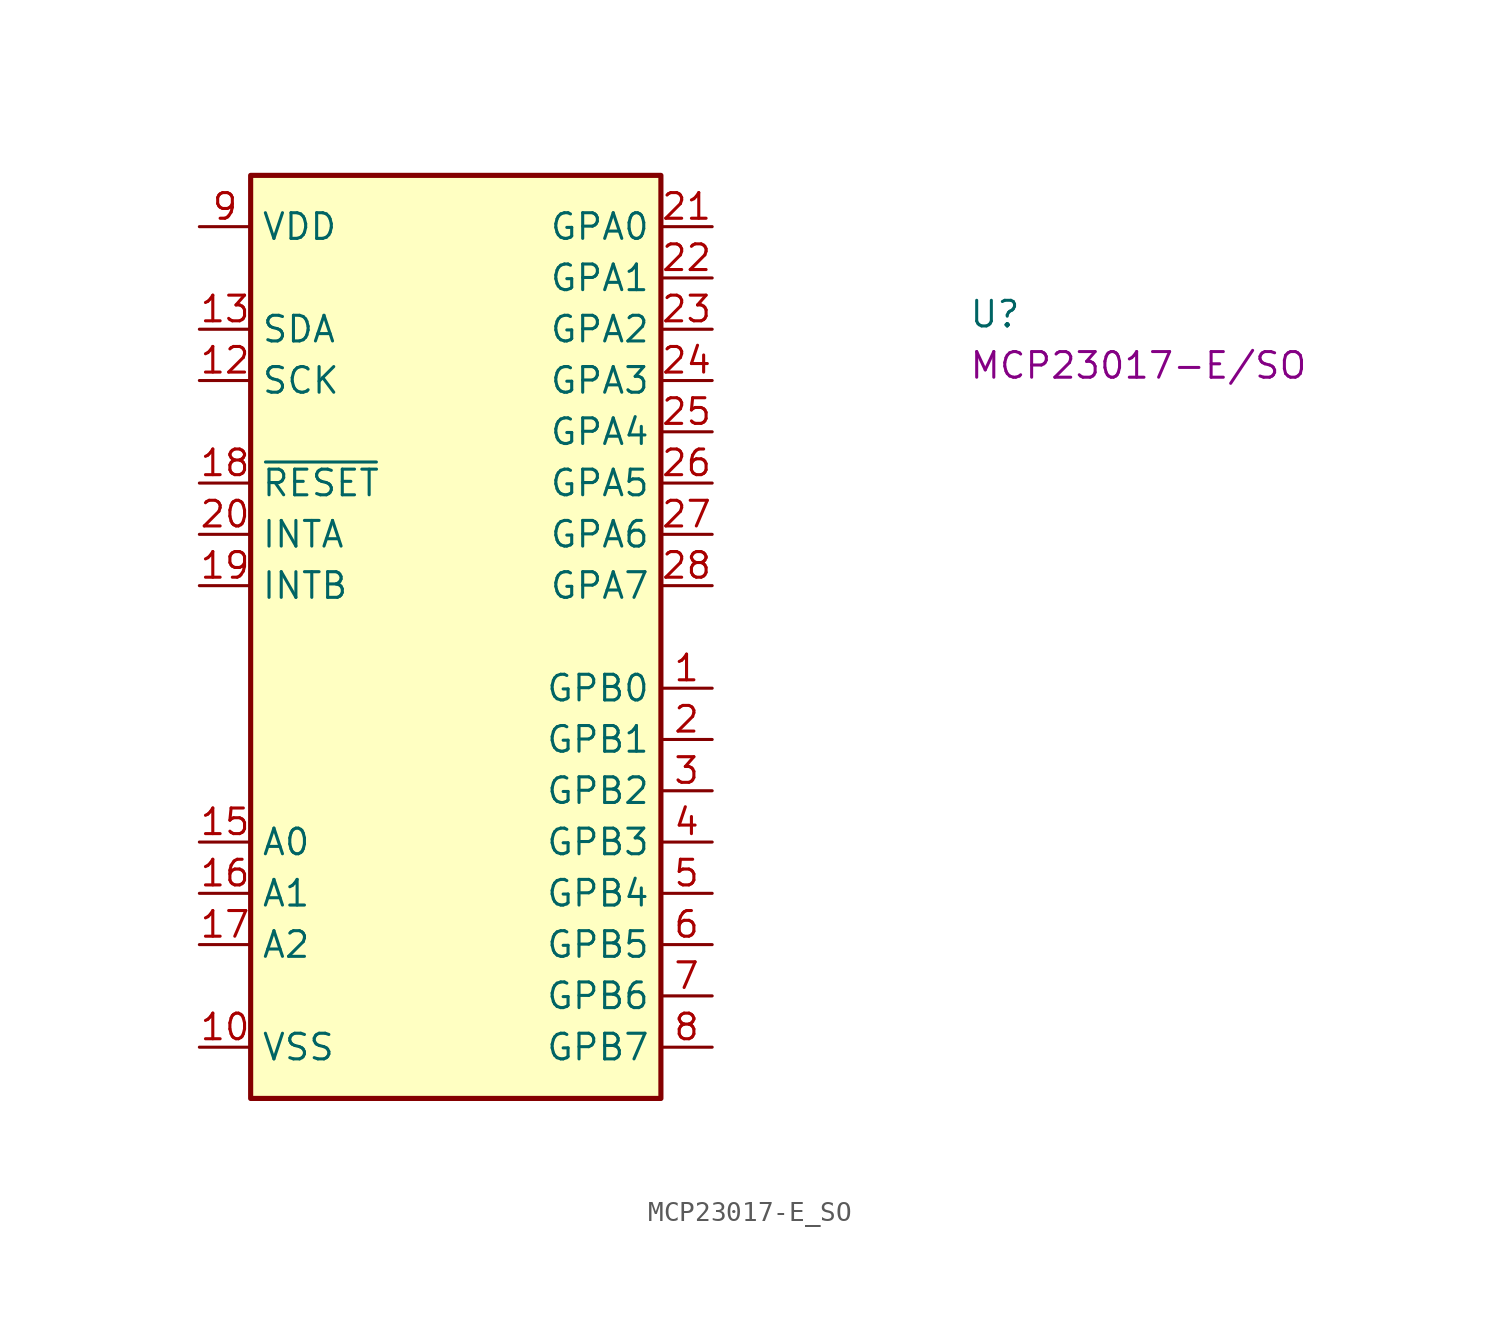
<source format=kicad_sym>
(kicad_symbol_lib
  (version 20220914)
  (generator kicad_symbol_editor)
  (symbol "MCP23017-E_SO"
    (property "Reference" "U"
      (at 38.1 -5.08 0)
      (effects (font (size 1.27 1.27) (thickness 0.15)) (justify left bottom)))
    (property "MPN" "MCP23017-E/SO"
      (at 38.1 -7.62 0)
      (effects (font (size 1.27 1.27) (thickness 0.15)) (justify left bottom)))
    (symbol "MCP23017-E_SO_1_1"
      (rectangle (start 2.54 2.54) (end 22.86 -43.18) (stroke (width 0.254) (type default)) (fill (type background)))
      (pin bidirectional line (at 25.4 -22.86 180) (length 2.54) (name "GPB0" (effects (font (size 1.27 1.27)))) (number "1" (effects (font (size 1.27 1.27)))))
      (pin power_in line (at 0 -40.64 0) (length 2.54) (name "VSS" (effects (font (size 1.27 1.27)))) (number "10" (effects (font (size 1.27 1.27)))))
      (pin no_connect line (at 2.54 -25.4 0) (length 2.54) hide (name "NC" (effects (font (size 1.27 1.27)))) (number "11" (effects (font (size 1.27 1.27)))))
      (pin input line (at 0 -7.62 0) (length 2.54) (name "SCK" (effects (font (size 1.27 1.27)))) (number "12" (effects (font (size 1.27 1.27)))))
      (pin bidirectional line (at 0 -5.08 0) (length 2.54) (name "SDA" (effects (font (size 1.27 1.27)))) (number "13" (effects (font (size 1.27 1.27)))))
      (pin no_connect line (at 2.54 -27.94 0) (length 2.54) hide (name "NC" (effects (font (size 1.27 1.27)))) (number "14" (effects (font (size 1.27 1.27)))))
      (pin input line (at 0 -30.48 0) (length 2.54) (name "A0" (effects (font (size 1.27 1.27)))) (number "15" (effects (font (size 1.27 1.27)))))
      (pin input line (at 0 -33.02 0) (length 2.54) (name "A1" (effects (font (size 1.27 1.27)))) (number "16" (effects (font (size 1.27 1.27)))))
      (pin input line (at 0 -35.56 0) (length 2.54) (name "A2" (effects (font (size 1.27 1.27)))) (number "17" (effects (font (size 1.27 1.27)))))
      (pin input line (at 0 -12.7 0) (length 2.54) (name "~{RESET}" (effects (font (size 1.27 1.27)))) (number "18" (effects (font (size 1.27 1.27)))))
      (pin output line (at 0 -17.78 0) (length 2.54) (name "INTB" (effects (font (size 1.27 1.27)))) (number "19" (effects (font (size 1.27 1.27)))))
      (pin bidirectional line (at 25.4 -25.4 180) (length 2.54) (name "GPB1" (effects (font (size 1.27 1.27)))) (number "2" (effects (font (size 1.27 1.27)))))
      (pin output line (at 0 -15.24 0) (length 2.54) (name "INTA" (effects (font (size 1.27 1.27)))) (number "20" (effects (font (size 1.27 1.27)))))
      (pin bidirectional line (at 25.4 0 180) (length 2.54) (name "GPA0" (effects (font (size 1.27 1.27)))) (number "21" (effects (font (size 1.27 1.27)))))
      (pin bidirectional line (at 25.4 -2.54 180) (length 2.54) (name "GPA1" (effects (font (size 1.27 1.27)))) (number "22" (effects (font (size 1.27 1.27)))))
      (pin bidirectional line (at 25.4 -5.08 180) (length 2.54) (name "GPA2" (effects (font (size 1.27 1.27)))) (number "23" (effects (font (size 1.27 1.27)))))
      (pin bidirectional line (at 25.4 -7.62 180) (length 2.54) (name "GPA3" (effects (font (size 1.27 1.27)))) (number "24" (effects (font (size 1.27 1.27)))))
      (pin bidirectional line (at 25.4 -10.16 180) (length 2.54) (name "GPA4" (effects (font (size 1.27 1.27)))) (number "25" (effects (font (size 1.27 1.27)))))
      (pin bidirectional line (at 25.4 -12.7 180) (length 2.54) (name "GPA5" (effects (font (size 1.27 1.27)))) (number "26" (effects (font (size 1.27 1.27)))))
      (pin bidirectional line (at 25.4 -15.24 180) (length 2.54) (name "GPA6" (effects (font (size 1.27 1.27)))) (number "27" (effects (font (size 1.27 1.27)))))
      (pin output line (at 25.4 -17.78 180) (length 2.54) (name "GPA7" (effects (font (size 1.27 1.27)))) (number "28" (effects (font (size 1.27 1.27)))))
      (pin bidirectional line (at 25.4 -27.94 180) (length 2.54) (name "GPB2" (effects (font (size 1.27 1.27)))) (number "3" (effects (font (size 1.27 1.27)))))
      (pin bidirectional line (at 25.4 -30.48 180) (length 2.54) (name "GPB3" (effects (font (size 1.27 1.27)))) (number "4" (effects (font (size 1.27 1.27)))))
      (pin bidirectional line (at 25.4 -33.02 180) (length 2.54) (name "GPB4" (effects (font (size 1.27 1.27)))) (number "5" (effects (font (size 1.27 1.27)))))
      (pin bidirectional line (at 25.4 -35.56 180) (length 2.54) (name "GPB5" (effects (font (size 1.27 1.27)))) (number "6" (effects (font (size 1.27 1.27)))))
      (pin bidirectional line (at 25.4 -38.1 180) (length 2.54) (name "GPB6" (effects (font (size 1.27 1.27)))) (number "7" (effects (font (size 1.27 1.27)))))
      (pin output line (at 25.4 -40.64 180) (length 2.54) (name "GPB7" (effects (font (size 1.27 1.27)))) (number "8" (effects (font (size 1.27 1.27)))))
      (pin power_in line (at 0 0 0) (length 2.54) (name "VDD" (effects (font (size 1.27 1.27)))) (number "9" (effects (font (size 1.27 1.27))))))))
</source>
